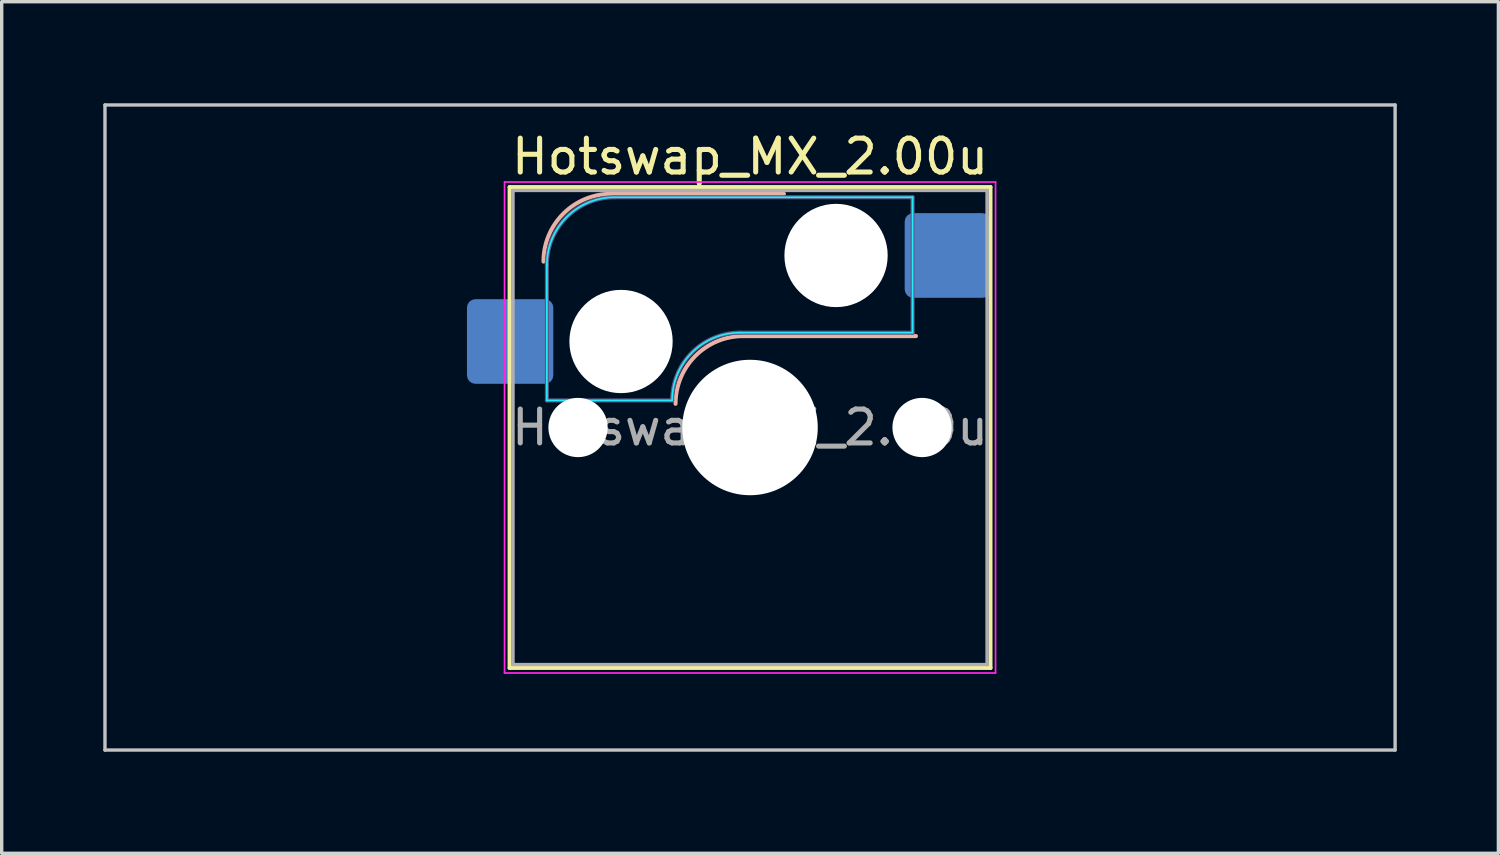
<source format=kicad_pcb>
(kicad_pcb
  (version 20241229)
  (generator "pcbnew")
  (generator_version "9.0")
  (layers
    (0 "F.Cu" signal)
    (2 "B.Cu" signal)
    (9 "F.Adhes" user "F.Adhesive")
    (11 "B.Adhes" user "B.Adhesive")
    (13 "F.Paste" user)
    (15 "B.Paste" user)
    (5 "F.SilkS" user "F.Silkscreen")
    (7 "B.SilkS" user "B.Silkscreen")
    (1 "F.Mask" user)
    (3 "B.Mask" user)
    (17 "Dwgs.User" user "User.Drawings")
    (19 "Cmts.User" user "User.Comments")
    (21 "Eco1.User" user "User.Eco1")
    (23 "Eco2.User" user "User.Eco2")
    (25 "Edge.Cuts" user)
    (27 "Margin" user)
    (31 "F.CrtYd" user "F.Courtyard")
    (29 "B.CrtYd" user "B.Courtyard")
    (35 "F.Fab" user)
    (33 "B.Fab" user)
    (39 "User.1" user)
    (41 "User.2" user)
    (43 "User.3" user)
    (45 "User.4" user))
  (footprint "Hotswap_MX_2.00u"
    (layer "F.Cu")
    (at 19.1 9.575)
    (property "Reference" "Hotswap_MX_2.00u" (at 0 -8 0) (layer "F.SilkS") (effects (font (size 1 1) (thickness 0.15))))
    (attr smd)
    (fp_line (start -7.1 -7.1) (end -7.1 7.1) (stroke (width 0.12) (type solid)) (layer "F.SilkS"))
    (fp_line (start -7.1 7.1) (end 7.1 7.1) (stroke (width 0.12) (type solid)) (layer "F.SilkS"))
    (fp_line (start 7.1 -7.1) (end -7.1 -7.1) (stroke (width 0.12) (type solid)) (layer "F.SilkS"))
    (fp_line (start 7.1 7.1) (end 7.1 -7.1) (stroke (width 0.12) (type solid)) (layer "F.SilkS"))
    (fp_line (start -4.1 -6.9) (end 1 -6.9) (stroke (width 0.12) (type solid)) (layer "B.SilkS"))
    (fp_line (start -0.2 -2.7) (end 4.9 -2.7) (stroke (width 0.12) (type solid)) (layer "B.SilkS"))
    (fp_arc (start -6.1 -4.9) (mid -5.514214 -6.314214) (end -4.1 -6.9) (stroke (width 0.12) (type solid)) (layer "B.SilkS"))
    (fp_arc (start -2.2 -0.7) (mid -1.614214 -2.114214) (end -0.2 -2.7) (stroke (width 0.12) (type solid)) (layer "B.SilkS"))
    (fp_line (start -19.05 -9.525) (end -19.05 9.525) (stroke (width 0.1) (type solid)) (layer "Dwgs.User"))
    (fp_line (start -19.05 9.525) (end 19.05 9.525) (stroke (width 0.1) (type solid)) (layer "Dwgs.User"))
    (fp_line (start 19.05 -9.525) (end -19.05 -9.525) (stroke (width 0.1) (type solid)) (layer "Dwgs.User"))
    (fp_line (start 19.05 9.525) (end 19.05 -9.525) (stroke (width 0.1) (type solid)) (layer "Dwgs.User"))
    (fp_line (start -7.8 -6) (end -7 -6) (stroke (width 0.1) (type solid)) (layer "Eco1.User"))
    (fp_line (start -7.8 -2.9) (end -7.8 -6) (stroke (width 0.1) (type solid)) (layer "Eco1.User"))
    (fp_line (start -7.8 2.9) (end -7 2.9) (stroke (width 0.1) (type solid)) (layer "Eco1.User"))
    (fp_line (start -7.8 6) (end -7.8 2.9) (stroke (width 0.1) (type solid)) (layer "Eco1.User"))
    (fp_line (start -7 -7) (end 7 -7) (stroke (width 0.1) (type solid)) (layer "Eco1.User"))
    (fp_line (start -7 -6) (end -7 -7) (stroke (width 0.1) (type solid)) (layer "Eco1.User"))
    (fp_line (start -7 -2.9) (end -7.8 -2.9) (stroke (width 0.1) (type solid)) (layer "Eco1.User"))
    (fp_line (start -7 2.9) (end -7 -2.9) (stroke (width 0.1) (type solid)) (layer "Eco1.User"))
    (fp_line (start -7 6) (end -7.8 6) (stroke (width 0.1) (type solid)) (layer "Eco1.User"))
    (fp_line (start -7 7) (end -7 6) (stroke (width 0.1) (type solid)) (layer "Eco1.User"))
    (fp_line (start 7 -7) (end 7 -6) (stroke (width 0.1) (type solid)) (layer "Eco1.User"))
    (fp_line (start 7 -6) (end 7.8 -6) (stroke (width 0.1) (type solid)) (layer "Eco1.User"))
    (fp_line (start 7 -2.9) (end 7 2.9) (stroke (width 0.1) (type solid)) (layer "Eco1.User"))
    (fp_line (start 7 2.9) (end 7.8 2.9) (stroke (width 0.1) (type solid)) (layer "Eco1.User"))
    (fp_line (start 7 6) (end 7 7) (stroke (width 0.1) (type solid)) (layer "Eco1.User"))
    (fp_line (start 7 7) (end -7 7) (stroke (width 0.1) (type solid)) (layer "Eco1.User"))
    (fp_line (start 7.8 -6) (end 7.8 -2.9) (stroke (width 0.1) (type solid)) (layer "Eco1.User"))
    (fp_line (start 7.8 -2.9) (end 7 -2.9) (stroke (width 0.1) (type solid)) (layer "Eco1.User"))
    (fp_line (start 7.8 2.9) (end 7.8 6) (stroke (width 0.1) (type solid)) (layer "Eco1.User"))
    (fp_line (start 7.8 6) (end 7 6) (stroke (width 0.1) (type solid)) (layer "Eco1.User"))
    (fp_line (start -6 -0.8) (end -6 -4.8) (stroke (width 0.05) (type solid)) (layer "B.CrtYd"))
    (fp_line (start -6 -0.8) (end -2.3 -0.8) (stroke (width 0.05) (type solid)) (layer "B.CrtYd"))
    (fp_line (start -4 -6.8) (end 4.8 -6.8) (stroke (width 0.05) (type solid)) (layer "B.CrtYd"))
    (fp_line (start -0.3 -2.8) (end 4.8 -2.8) (stroke (width 0.05) (type solid)) (layer "B.CrtYd"))
    (fp_line (start 4.8 -6.8) (end 4.8 -2.8) (stroke (width 0.05) (type solid)) (layer "B.CrtYd"))
    (fp_arc (start -6 -4.8) (mid -5.414214 -6.214214) (end -4 -6.8) (stroke (width 0.05) (type solid)) (layer "B.CrtYd"))
    (fp_arc (start -2.3 -0.8) (mid -1.714214 -2.214214) (end -0.3 -2.8) (stroke (width 0.05) (type solid)) (layer "B.CrtYd"))
    (fp_line (start -7.25 -7.25) (end -7.25 7.25) (stroke (width 0.05) (type solid)) (layer "F.CrtYd"))
    (fp_line (start -7.25 7.25) (end 7.25 7.25) (stroke (width 0.05) (type solid)) (layer "F.CrtYd"))
    (fp_line (start 7.25 -7.25) (end -7.25 -7.25) (stroke (width 0.05) (type solid)) (layer "F.CrtYd"))
    (fp_line (start 7.25 7.25) (end 7.25 -7.25) (stroke (width 0.05) (type solid)) (layer "F.CrtYd"))
    (fp_line (start -6 -0.8) (end -6 -4.8) (stroke (width 0.12) (type solid)) (layer "B.Fab"))
    (fp_line (start -6 -0.8) (end -2.3 -0.8) (stroke (width 0.12) (type solid)) (layer "B.Fab"))
    (fp_line (start -4 -6.8) (end 4.8 -6.8) (stroke (width 0.12) (type solid)) (layer "B.Fab"))
    (fp_line (start -0.3 -2.8) (end 4.8 -2.8) (stroke (width 0.12) (type solid)) (layer "B.Fab"))
    (fp_line (start 4.8 -6.8) (end 4.8 -2.8) (stroke (width 0.12) (type solid)) (layer "B.Fab"))
    (fp_arc (start -6 -4.8) (mid -5.414214 -6.214214) (end -4 -6.8) (stroke (width 0.12) (type solid)) (layer "B.Fab"))
    (fp_arc (start -2.3 -0.8) (mid -1.714214 -2.214214) (end -0.3 -2.8) (stroke (width 0.12) (type solid)) (layer "B.Fab"))
    (fp_line (start -7 -7) (end -7 7) (stroke (width 0.1) (type solid)) (layer "F.Fab"))
    (fp_line (start -7 7) (end 7 7) (stroke (width 0.1) (type solid)) (layer "F.Fab"))
    (fp_line (start 7 -7) (end -7 -7) (stroke (width 0.1) (type solid)) (layer "F.Fab"))
    (fp_line (start 7 7) (end 7 -7) (stroke (width 0.1) (type solid)) (layer "F.Fab"))
    (fp_text user "${REFERENCE}" (at 0 0 0) (layer "F.Fab") (effects (font (size 1 1) (thickness 0.15))))
    (pad "" np_thru_hole circle (at -5.08 0) (size 1.75 1.75) (drill 1.75) (layers "*.Cu" "*.Mask"))
    (pad "" np_thru_hole circle (at -3.81 -2.54) (size 3.05 3.05) (drill 3.05) (layers "*.Cu" "*.Mask"))
    (pad "" np_thru_hole circle (at 0 0) (size 4 4) (drill 4) (layers "*.Cu" "*.Mask"))
    (pad "" np_thru_hole circle (at 2.54 -5.08) (size 3.05 3.05) (drill 3.05) (layers "*.Cu" "*.Mask"))
    (pad "" np_thru_hole circle (at 5.08 0) (size 1.75 1.75) (drill 1.75) (layers "*.Cu" "*.Mask"))
    (pad "1" smd roundrect (at -7.085 -2.54) (size 2.55 2.5) (layers "B.Cu" "B.Mask" "B.Paste") (roundrect_rratio 0.1))
    (pad "2" smd roundrect (at 5.842 -5.08) (size 2.55 2.5) (layers "B.Cu" "B.Mask" "B.Paste") (roundrect_rratio 0.1)))
  (gr_rect
    (start -3 -3)
    (end 41.2 22.15)
    (stroke (width 0.1) (type default))
    (fill no)
    (layer "Edge.Cuts")))
</source>
